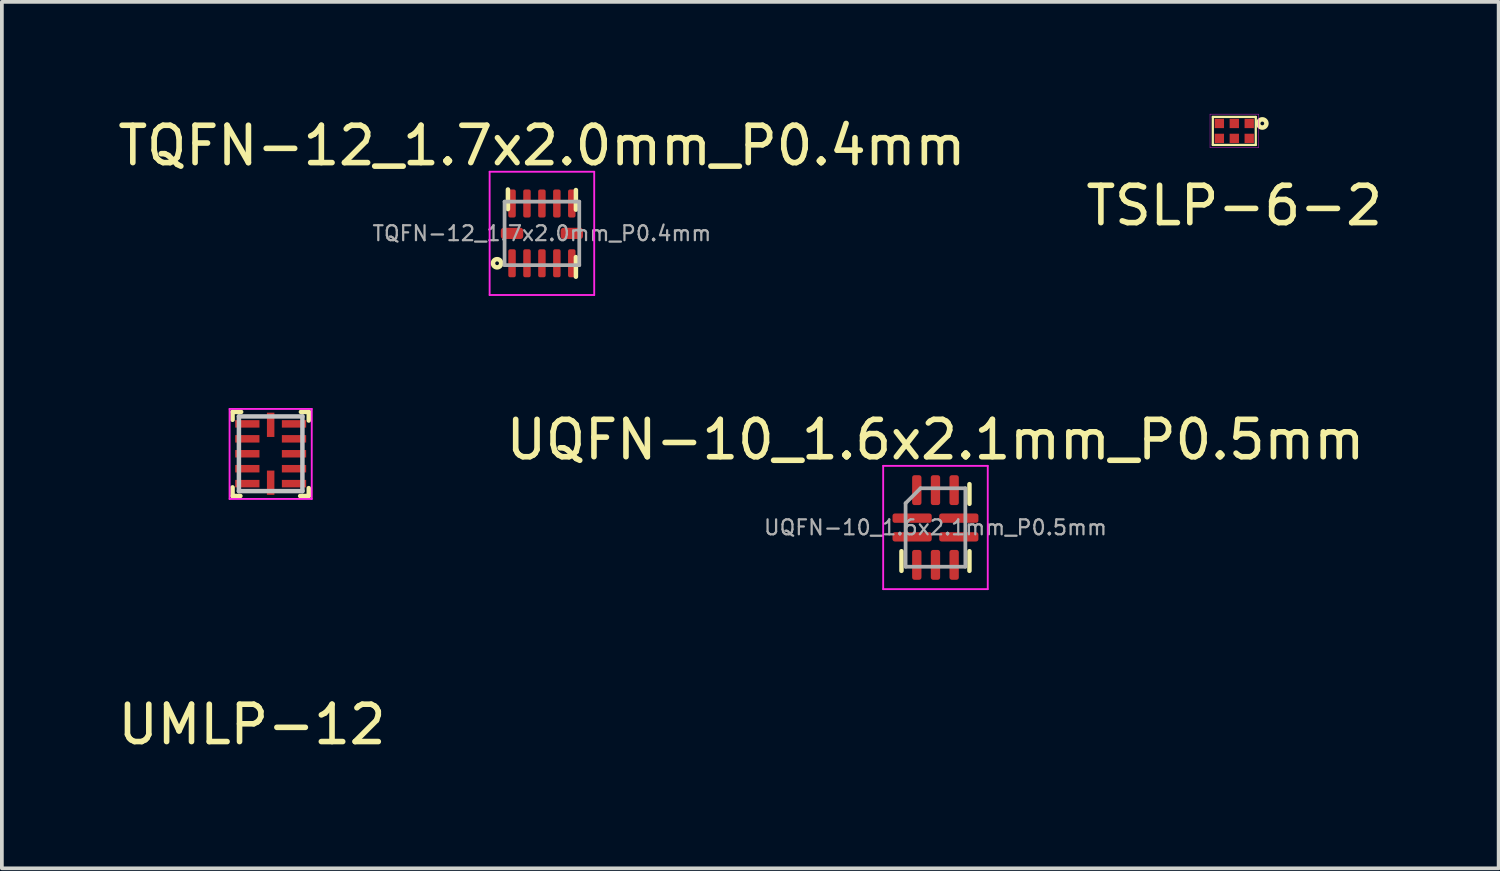
<source format=kicad_pcb>
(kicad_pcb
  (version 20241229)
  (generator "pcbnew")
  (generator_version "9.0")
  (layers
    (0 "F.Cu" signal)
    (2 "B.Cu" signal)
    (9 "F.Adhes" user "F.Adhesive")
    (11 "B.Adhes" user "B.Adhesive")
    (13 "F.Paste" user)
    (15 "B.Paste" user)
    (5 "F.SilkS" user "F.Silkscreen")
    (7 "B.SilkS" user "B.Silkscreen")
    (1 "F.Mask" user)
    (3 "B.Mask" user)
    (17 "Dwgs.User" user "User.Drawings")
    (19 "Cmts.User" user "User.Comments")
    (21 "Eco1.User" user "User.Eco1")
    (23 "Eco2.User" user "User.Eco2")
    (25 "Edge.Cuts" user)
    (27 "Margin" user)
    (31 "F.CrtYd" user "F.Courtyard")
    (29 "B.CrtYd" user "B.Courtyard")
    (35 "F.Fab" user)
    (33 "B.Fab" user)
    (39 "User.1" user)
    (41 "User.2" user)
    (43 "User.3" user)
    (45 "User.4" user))
  (footprint "UMLP-12"
    (layer "F.Cu")
    (at 4.196 9.098)
    (property "Reference" "UMLP-12" (at -0.5 7.25 0) (layer "F.SilkS") (effects (font (size 1 1) (thickness 0.15))))
    (attr through_hole)
    (fp_line (start -1.02 -1.12) (end -0.79 -1.12) (stroke (width 0.12) (type solid)) (layer "F.SilkS"))
    (fp_line (start -1.02 -0.91) (end -1.02 -1.12) (stroke (width 0.12) (type solid)) (layer "F.SilkS"))
    (fp_line (start -1.02 1.13) (end -1.02 0.9) (stroke (width 0.12) (type solid)) (layer "F.SilkS"))
    (fp_line (start -0.81 1.13) (end -1.02 1.13) (stroke (width 0.12) (type solid)) (layer "F.SilkS"))
    (fp_line (start 0.81 -1.12) (end 1.02 -1.12) (stroke (width 0.12) (type solid)) (layer "F.SilkS"))
    (fp_line (start 1.02 -1.12) (end 1.02 -0.89) (stroke (width 0.12) (type solid)) (layer "F.SilkS"))
    (fp_line (start 1.02 0.92) (end 1.02 1.13) (stroke (width 0.12) (type solid)) (layer "F.SilkS"))
    (fp_line (start 1.02 1.13) (end 0.79 1.13) (stroke (width 0.12) (type solid)) (layer "F.SilkS"))
    (fp_line (start -0.85 -1) (end -0.85 1) (stroke (width 0.12) (type solid)) (layer "Dwgs.User"))
    (fp_line (start -0.85 -1) (end 0.85 -1) (stroke (width 0.12) (type solid)) (layer "Dwgs.User"))
    (fp_line (start 0.85 1) (end -0.85 1) (stroke (width 0.12) (type solid)) (layer "Dwgs.User"))
    (fp_line (start 0.85 1) (end 0.85 -1) (stroke (width 0.12) (type solid)) (layer "Dwgs.User"))
    (fp_line (start -1.1 -1.2) (end 1.1 -1.2) (stroke (width 0.05) (type solid)) (layer "F.CrtYd"))
    (fp_line (start -1.1 1.21) (end -1.1 -1.2) (stroke (width 0.05) (type solid)) (layer "F.CrtYd"))
    (fp_line (start 1.1 -1.2) (end 1.1 1.21) (stroke (width 0.05) (type solid)) (layer "F.CrtYd"))
    (fp_line (start 1.1 1.21) (end -1.1 1.21) (stroke (width 0.05) (type solid)) (layer "F.CrtYd"))
    (pad "1" smd rect (at -0.625 -0.8 90) (size 0.2 0.65) (layers "F.Cu" "F.Mask" "F.Paste"))
    (pad "2" smd rect (at -0.625 -0.4 90) (size 0.2 0.65) (layers "F.Cu" "F.Mask" "F.Paste"))
    (pad "3" smd rect (at -0.625 0 90) (size 0.2 0.65) (layers "F.Cu" "F.Mask" "F.Paste"))
    (pad "4" smd rect (at -0.625 0.4 90) (size 0.2 0.65) (layers "F.Cu" "F.Mask" "F.Paste"))
    (pad "5" smd rect (at -0.625 0.8 90) (size 0.2 0.65) (layers "F.Cu" "F.Mask" "F.Paste"))
    (pad "6" smd rect (at 0 0.775 180) (size 0.2 0.65) (layers "F.Cu" "F.Mask" "F.Paste"))
    (pad "7" smd rect (at 0.625 0.8 90) (size 0.2 0.65) (layers "F.Cu" "F.Mask" "F.Paste"))
    (pad "8" smd rect (at 0.625 0.4 90) (size 0.2 0.65) (layers "F.Cu" "F.Mask" "F.Paste"))
    (pad "9" smd rect (at 0.625 0 90) (size 0.2 0.65) (layers "F.Cu" "F.Mask" "F.Paste"))
    (pad "10" smd rect (at 0.625 -0.4 90) (size 0.2 0.65) (layers "F.Cu" "F.Mask" "F.Paste"))
    (pad "11" smd rect (at 0.625 -0.8 90) (size 0.2 0.65) (layers "F.Cu" "F.Mask" "F.Paste"))
    (pad "12" smd rect (at 0 -0.775 180) (size 0.2 0.65) (layers "F.Cu" "F.Mask" "F.Paste")))
  (footprint "TSLP-6-2"
    (layer "F.Cu")
    (at 29.994 0.455)
    (property "Reference" "TSLP-6-2" (at 0 2 0) (layer "F.SilkS") (effects (font (size 1 1) (thickness 0.15))))
    (attr through_hole)
    (fp_line (start -0.575 -0.375) (end -0.575 0.375) (stroke (width 0.06) (type solid)) (layer "F.SilkS"))
    (fp_line (start -0.575 -0.375) (end 0.575 -0.375) (stroke (width 0.06) (type solid)) (layer "F.SilkS"))
    (fp_line (start -0.575 0.375) (end 0.575 0.375) (stroke (width 0.06) (type solid)) (layer "F.SilkS"))
    (fp_line (start 0.575 0.375) (end 0.575 -0.375) (stroke (width 0.06) (type solid)) (layer "F.SilkS"))
    (fp_circle (center 0.75 -0.2) (end 0.75 -0.25) (stroke (width 0.12) (type solid)) (fill no) (layer "F.SilkS"))
    (fp_line (start -0.65 -0.45) (end 0.65 -0.45) (stroke (width 0.01) (type solid)) (layer "F.CrtYd"))
    (fp_line (start -0.65 0.45) (end -0.65 -0.45) (stroke (width 0.01) (type solid)) (layer "F.CrtYd"))
    (fp_line (start 0.65 -0.45) (end 0.65 0.45) (stroke (width 0.01) (type solid)) (layer "F.CrtYd"))
    (fp_line (start 0.65 0.45) (end -0.65 0.45) (stroke (width 0.01) (type solid)) (layer "F.CrtYd"))
    (pad "" smd circle (at -0.4 -0.2) (size 0.25 0.25) (layers "F.Paste"))
    (pad "" smd circle (at -0.4 0.2) (size 0.25 0.25) (layers "F.Paste"))
    (pad "" smd circle (at 0 -0.2) (size 0.25 0.25) (layers "F.Paste"))
    (pad "" smd circle (at 0 0.2) (size 0.25 0.25) (layers "F.Paste"))
    (pad "" smd circle (at 0.4 -0.2) (size 0.25 0.25) (layers "F.Paste"))
    (pad "" smd circle (at 0.4 0.2) (size 0.25 0.25) (layers "F.Paste"))
    (pad "1" smd rect (at 0.4 -0.2) (size 0.25 0.25) (layers "F.Cu" "F.Mask"))
    (pad "2" smd rect (at 0 -0.2) (size 0.25 0.25) (layers "F.Cu" "F.Mask"))
    (pad "3" smd rect (at -0.4 -0.2) (size 0.25 0.25) (layers "F.Cu" "F.Mask"))
    (pad "4" smd rect (at -0.4 0.2) (size 0.25 0.25) (layers "F.Cu" "F.Mask"))
    (pad "5" smd rect (at 0 0.2) (size 0.25 0.25) (layers "F.Cu" "F.Mask"))
    (pad "6" smd rect (at 0.4 0.2) (size 0.25 0.25) (layers "F.Cu" "F.Mask")))
  (footprint "UQFN-10_1.6x2.1mm_P0.5mm"
    (layer "F.Cu")
    (at 21.994 11.072)
    (property "Reference" "UQFN-10_1.6x2.1mm_P0.5mm" (at 0 -2.35 0) (layer "F.SilkS") (effects (font (size 1 1) (thickness 0.15))))
    (attr smd)
    (fp_line (start -0.91 1.16) (end -0.91 0.635) (stroke (width 0.12) (type solid)) (layer "F.SilkS"))
    (fp_line (start 0.91 -1.16) (end 0.91 -0.635) (stroke (width 0.12) (type solid)) (layer "F.SilkS"))
    (fp_line (start 0.91 1.16) (end 0.91 0.635) (stroke (width 0.12) (type solid)) (layer "F.SilkS"))
    (fp_line (start -1.4 -1.65) (end -1.4 1.65) (stroke (width 0.05) (type solid)) (layer "F.CrtYd"))
    (fp_line (start -1.4 1.65) (end 1.4 1.65) (stroke (width 0.05) (type solid)) (layer "F.CrtYd"))
    (fp_line (start 1.4 -1.65) (end -1.4 -1.65) (stroke (width 0.05) (type solid)) (layer "F.CrtYd"))
    (fp_line (start 1.4 1.65) (end 1.4 -1.65) (stroke (width 0.05) (type solid)) (layer "F.CrtYd"))
    (fp_line (start -0.8 -0.65) (end -0.4 -1.05) (stroke (width 0.1) (type solid)) (layer "F.Fab"))
    (fp_line (start -0.8 1.05) (end -0.8 -0.65) (stroke (width 0.1) (type solid)) (layer "F.Fab"))
    (fp_line (start -0.4 -1.05) (end 0.8 -1.05) (stroke (width 0.1) (type solid)) (layer "F.Fab"))
    (fp_line (start 0.8 -1.05) (end 0.8 1.05) (stroke (width 0.1) (type solid)) (layer "F.Fab"))
    (fp_line (start 0.8 1.05) (end -0.8 1.05) (stroke (width 0.1) (type solid)) (layer "F.Fab"))
    (fp_text user "${REFERENCE}" (at 0 0 0) (layer "F.Fab") (effects (font (size 0.4 0.4) (thickness 0.06))))
    (pad "1" smd roundrect (at -0.625 -0.25) (size 1.05 0.25) (layers "F.Cu" "F.Mask" "F.Paste") (roundrect_rratio 0.25))
    (pad "2" smd roundrect (at -0.625 0.25) (size 1.05 0.25) (layers "F.Cu" "F.Mask" "F.Paste") (roundrect_rratio 0.25))
    (pad "3" smd roundrect (at -0.5 1) (size 0.25 0.8) (layers "F.Cu" "F.Mask" "F.Paste") (roundrect_rratio 0.25))
    (pad "4" smd roundrect (at 0 1) (size 0.25 0.8) (layers "F.Cu" "F.Mask" "F.Paste") (roundrect_rratio 0.25))
    (pad "5" smd roundrect (at 0.5 1) (size 0.25 0.8) (layers "F.Cu" "F.Mask" "F.Paste") (roundrect_rratio 0.25))
    (pad "6" smd roundrect (at 0.625 0.25) (size 1.05 0.25) (layers "F.Cu" "F.Mask" "F.Paste") (roundrect_rratio 0.25))
    (pad "7" smd roundrect (at 0.625 -0.25) (size 1.05 0.25) (layers "F.Cu" "F.Mask" "F.Paste") (roundrect_rratio 0.25))
    (pad "8" smd roundrect (at 0.5 -1) (size 0.25 0.8) (layers "F.Cu" "F.Mask" "F.Paste") (roundrect_rratio 0.25))
    (pad "9" smd roundrect (at 0 -1) (size 0.25 0.8) (layers "F.Cu" "F.Mask" "F.Paste") (roundrect_rratio 0.25))
    (pad "10" smd roundrect (at -0.5 -1) (size 0.25 0.8) (layers "F.Cu" "F.Mask" "F.Paste") (roundrect_rratio 0.25)))
  (footprint "TQFN-12_1.7x2.0mm_P0.4mm"
    (layer "F.Cu")
    (at 11.458 3.198)
    (property "Reference" "TQFN-12_1.7x2.0mm_P0.4mm" (at 0 -2.35 0) (layer "F.SilkS") (effects (font (size 1 1) (thickness 0.15))))
    (attr smd)
    (fp_line (start -0.91 -0.65) (end -0.91 -1.175) (stroke (width 0.12) (type solid)) (layer "F.SilkS"))
    (fp_line (start 0.91 -1.16) (end 0.91 -0.635) (stroke (width 0.12) (type solid)) (layer "F.SilkS"))
    (fp_line (start 0.91 1.16) (end 0.91 0.635) (stroke (width 0.12) (type solid)) (layer "F.SilkS"))
    (fp_circle (center -1.2 0.8) (end -1.15 0.8) (stroke (width 0.12) (type solid)) (fill no) (layer "F.SilkS"))
    (fp_line (start -1.4 -1.65) (end -1.4 1.65) (stroke (width 0.05) (type solid)) (layer "F.CrtYd"))
    (fp_line (start -1.4 1.65) (end 1.4 1.65) (stroke (width 0.05) (type solid)) (layer "F.CrtYd"))
    (fp_line (start 1.4 -1.65) (end -1.4 -1.65) (stroke (width 0.05) (type solid)) (layer "F.CrtYd"))
    (fp_line (start 1.4 1.65) (end 1.4 -1.65) (stroke (width 0.05) (type solid)) (layer "F.CrtYd"))
    (fp_line (start -1 -0.85) (end 1 -0.85) (stroke (width 0.1) (type solid)) (layer "F.Fab"))
    (fp_line (start -1 0.85) (end -1 -0.85) (stroke (width 0.1) (type solid)) (layer "F.Fab"))
    (fp_line (start 1 -0.85) (end 1 0.85) (stroke (width 0.1) (type solid)) (layer "F.Fab"))
    (fp_line (start 1 0.85) (end -1 0.85) (stroke (width 0.1) (type solid)) (layer "F.Fab"))
    (fp_text user "${REFERENCE}" (at 0 0 0) (layer "F.Fab") (effects (font (size 0.4 0.4) (thickness 0.06))))
    (pad "1" smd roundrect (at -0.8 0.8) (size 0.2 0.75) (layers "F.Cu" "F.Mask" "F.Paste") (roundrect_rratio 0.25))
    (pad "2" smd roundrect (at -0.4 0.8) (size 0.2 0.75) (layers "F.Cu" "F.Mask" "F.Paste") (roundrect_rratio 0.25))
    (pad "3" smd roundrect (at 0 0.8) (size 0.2 0.75) (layers "F.Cu" "F.Mask" "F.Paste") (roundrect_rratio 0.25))
    (pad "4" smd roundrect (at 0.4 0.8) (size 0.2 0.75) (layers "F.Cu" "F.Mask" "F.Paste") (roundrect_rratio 0.25))
    (pad "5" smd roundrect (at 0.8 0.8) (size 0.2 0.75) (layers "F.Cu" "F.Mask" "F.Paste") (roundrect_rratio 0.25))
    (pad "6" smd roundrect (at 0.8 0 90) (size 0.3 0.6) (layers "F.Cu" "F.Mask" "F.Paste") (roundrect_rratio 0.25))
    (pad "7" smd roundrect (at 0.8 -0.8) (size 0.2 0.75) (layers "F.Cu" "F.Mask" "F.Paste") (roundrect_rratio 0.25))
    (pad "8" smd roundrect (at 0.4 -0.8) (size 0.2 0.75) (layers "F.Cu" "F.Mask" "F.Paste") (roundrect_rratio 0.25))
    (pad "9" smd roundrect (at 0 -0.8) (size 0.2 0.75) (layers "F.Cu" "F.Mask" "F.Paste") (roundrect_rratio 0.25))
    (pad "10" smd roundrect (at -0.4 -0.8) (size 0.2 0.75) (layers "F.Cu" "F.Mask" "F.Paste") (roundrect_rratio 0.25))
    (pad "11" smd roundrect (at -0.8 -0.8) (size 0.2 0.75) (layers "F.Cu" "F.Mask" "F.Paste") (roundrect_rratio 0.25))
    (pad "12" smd roundrect (at -0.8 0 90) (size 0.3 0.6) (layers "F.Cu" "F.Mask" "F.Paste") (roundrect_rratio 0.25)))
  (gr_rect
    (start -3 -3)
    (end 37.071 20.197)
    (stroke (width 0.1) (type default))
    (fill no)
    (layer "Edge.Cuts")))
</source>
